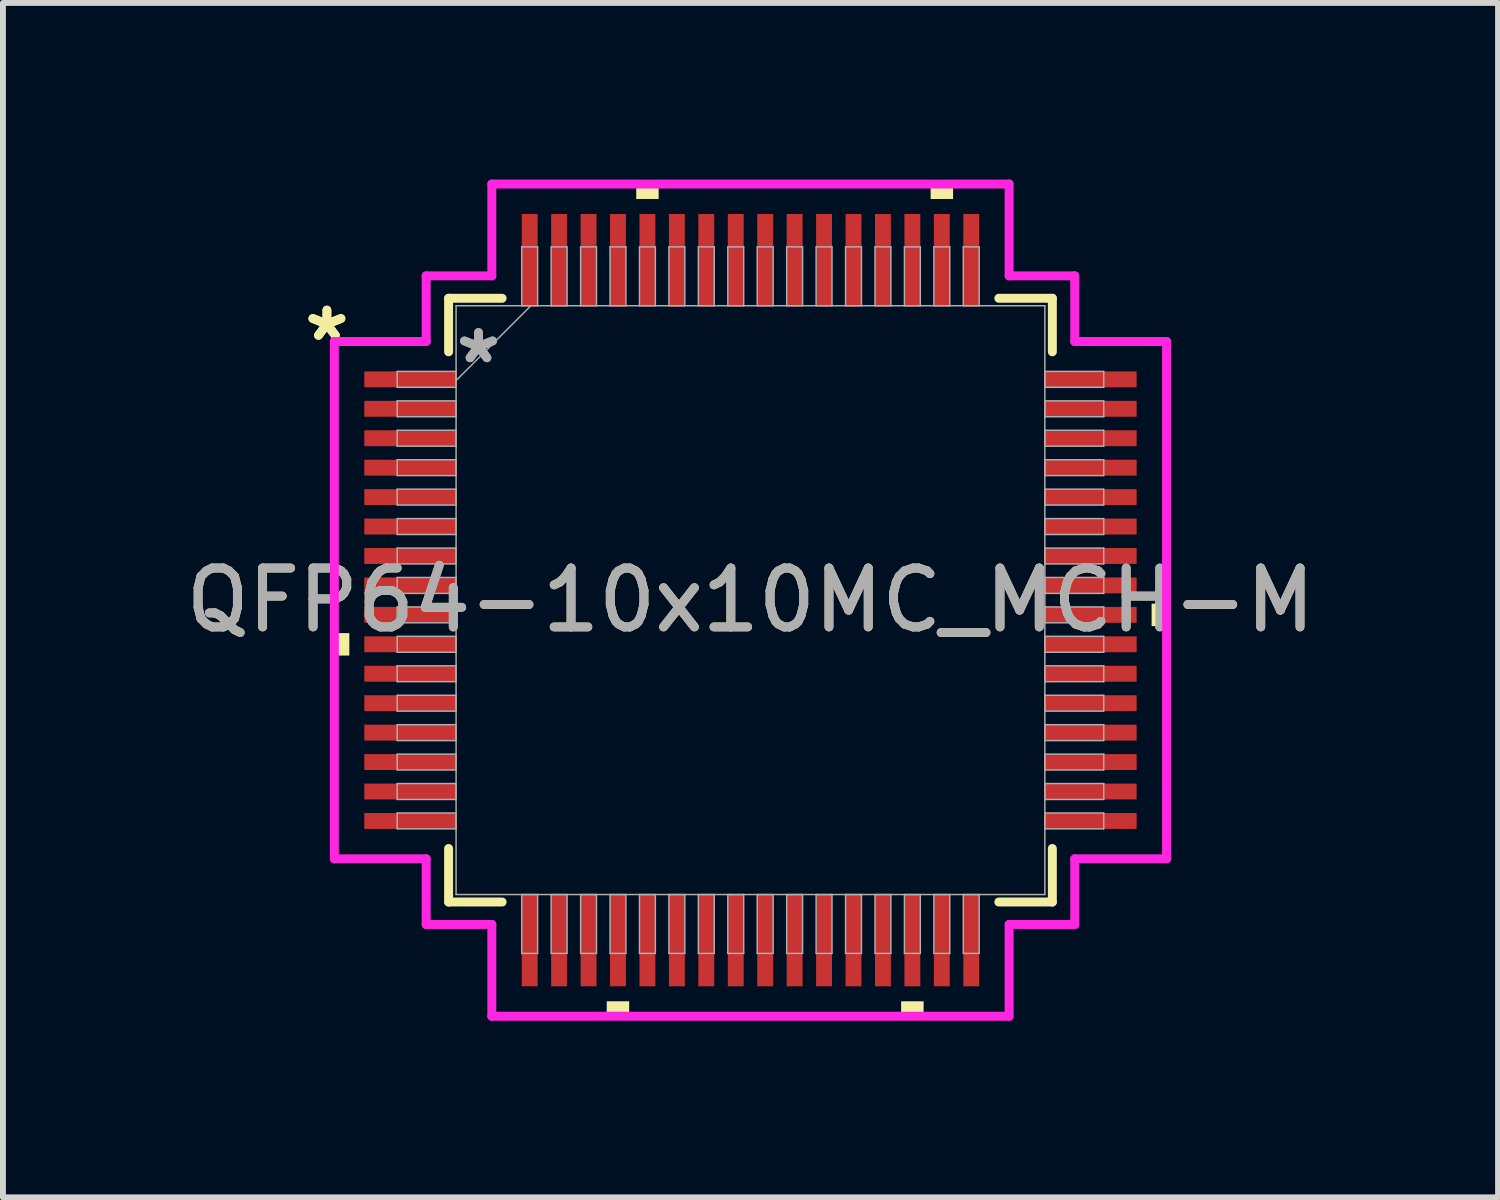
<source format=kicad_pcb>
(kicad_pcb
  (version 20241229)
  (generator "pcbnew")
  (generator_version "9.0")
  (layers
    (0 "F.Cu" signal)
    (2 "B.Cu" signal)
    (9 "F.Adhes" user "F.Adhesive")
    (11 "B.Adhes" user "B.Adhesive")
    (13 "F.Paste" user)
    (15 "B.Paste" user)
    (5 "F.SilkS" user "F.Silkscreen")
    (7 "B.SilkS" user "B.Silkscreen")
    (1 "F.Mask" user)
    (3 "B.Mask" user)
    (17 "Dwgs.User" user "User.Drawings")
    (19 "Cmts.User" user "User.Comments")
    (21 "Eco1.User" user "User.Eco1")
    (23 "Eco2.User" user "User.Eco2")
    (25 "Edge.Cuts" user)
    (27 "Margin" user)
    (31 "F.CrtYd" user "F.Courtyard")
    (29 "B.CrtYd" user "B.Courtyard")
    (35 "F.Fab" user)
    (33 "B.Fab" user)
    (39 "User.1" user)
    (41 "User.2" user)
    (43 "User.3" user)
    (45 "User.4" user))
  (footprint "QFP64-10x10MC_MCH-M"
    (layer "F.Cu")
    (at 9.696 7.143)
    (property "Reference" "QFP64-10x10MC_MCH-M" (at 0 0 0) (unlocked yes) (layer "F.SilkS") (effects (font (size 1 1) (thickness 0.15))))
    (attr smd)
    (fp_line (start -5.127 -5.127) (end -5.127 -4.218) (stroke (width 0.152) (type solid)) (layer "F.SilkS"))
    (fp_line (start -5.127 4.218) (end -5.127 5.127) (stroke (width 0.152) (type solid)) (layer "F.SilkS"))
    (fp_line (start -5.127 5.127) (end -4.218 5.127) (stroke (width 0.152) (type solid)) (layer "F.SilkS"))
    (fp_line (start -4.218 -5.127) (end -5.127 -5.127) (stroke (width 0.152) (type solid)) (layer "F.SilkS"))
    (fp_line (start 4.218 5.127) (end 5.127 5.127) (stroke (width 0.152) (type solid)) (layer "F.SilkS"))
    (fp_line (start 5.127 -5.127) (end 4.218 -5.127) (stroke (width 0.152) (type solid)) (layer "F.SilkS"))
    (fp_line (start 5.127 -4.218) (end 5.127 -5.127) (stroke (width 0.152) (type solid)) (layer "F.SilkS"))
    (fp_line (start 5.127 5.127) (end 5.127 4.218) (stroke (width 0.152) (type solid)) (layer "F.SilkS"))
    (fp_poly (pts (xy -7.067 0.56) (xy -7.067 0.941) (xy -6.813 0.941) (xy -6.813 0.56)) (stroke (width 0) (type solid)) (fill yes) (layer "F.SilkS"))
    (fp_poly (pts (xy -2.441 6.813) (xy -2.441 7.067) (xy -2.06 7.067) (xy -2.06 6.813)) (stroke (width 0) (type solid)) (fill yes) (layer "F.SilkS"))
    (fp_poly (pts (xy -1.94 -6.813) (xy -1.94 -7.067) (xy -1.559 -7.067) (xy -1.559 -6.813)) (stroke (width 0) (type solid)) (fill yes) (layer "F.SilkS"))
    (fp_poly (pts (xy 2.559 6.813) (xy 2.559 7.067) (xy 2.941 7.067) (xy 2.941 6.813)) (stroke (width 0) (type solid)) (fill yes) (layer "F.SilkS"))
    (fp_poly (pts (xy 3.06 -6.813) (xy 3.06 -7.067) (xy 3.441 -7.067) (xy 3.441 -6.813)) (stroke (width 0) (type solid)) (fill yes) (layer "F.SilkS"))
    (fp_poly (pts (xy 7.067 0.059) (xy 7.067 0.441) (xy 6.813 0.441) (xy 6.813 0.059)) (stroke (width 0) (type solid)) (fill yes) (layer "F.SilkS"))
    (fp_line (start -7.067 -4.393) (end -5.508 -4.393) (stroke (width 0.152) (type solid)) (layer "F.CrtYd"))
    (fp_line (start -7.067 4.393) (end -7.067 -4.393) (stroke (width 0.152) (type solid)) (layer "F.CrtYd"))
    (fp_line (start -5.508 -5.508) (end -4.393 -5.508) (stroke (width 0.152) (type solid)) (layer "F.CrtYd"))
    (fp_line (start -5.508 -4.393) (end -5.508 -5.508) (stroke (width 0.152) (type solid)) (layer "F.CrtYd"))
    (fp_line (start -5.508 4.393) (end -7.067 4.393) (stroke (width 0.152) (type solid)) (layer "F.CrtYd"))
    (fp_line (start -5.508 5.508) (end -5.508 4.393) (stroke (width 0.152) (type solid)) (layer "F.CrtYd"))
    (fp_line (start -5.508 5.508) (end -4.393 5.508) (stroke (width 0.152) (type solid)) (layer "F.CrtYd"))
    (fp_line (start -4.393 -7.067) (end 4.393 -7.067) (stroke (width 0.152) (type solid)) (layer "F.CrtYd"))
    (fp_line (start -4.393 -5.508) (end -4.393 -7.067) (stroke (width 0.152) (type solid)) (layer "F.CrtYd"))
    (fp_line (start -4.393 5.508) (end -4.393 7.067) (stroke (width 0.152) (type solid)) (layer "F.CrtYd"))
    (fp_line (start -4.393 7.067) (end 4.393 7.067) (stroke (width 0.152) (type solid)) (layer "F.CrtYd"))
    (fp_line (start 4.393 -7.067) (end 4.393 -5.508) (stroke (width 0.152) (type solid)) (layer "F.CrtYd"))
    (fp_line (start 4.393 -5.508) (end 5.508 -5.508) (stroke (width 0.152) (type solid)) (layer "F.CrtYd"))
    (fp_line (start 4.393 5.508) (end 5.508 5.508) (stroke (width 0.152) (type solid)) (layer "F.CrtYd"))
    (fp_line (start 4.393 7.067) (end 4.393 5.508) (stroke (width 0.152) (type solid)) (layer "F.CrtYd"))
    (fp_line (start 5.508 -4.393) (end 5.508 -5.508) (stroke (width 0.152) (type solid)) (layer "F.CrtYd"))
    (fp_line (start 5.508 4.393) (end 7.067 4.393) (stroke (width 0.152) (type solid)) (layer "F.CrtYd"))
    (fp_line (start 5.508 5.508) (end 5.508 4.393) (stroke (width 0.152) (type solid)) (layer "F.CrtYd"))
    (fp_line (start 7.067 -4.393) (end 5.508 -4.393) (stroke (width 0.152) (type solid)) (layer "F.CrtYd"))
    (fp_line (start 7.067 4.393) (end 7.067 -4.393) (stroke (width 0.152) (type solid)) (layer "F.CrtYd"))
    (fp_line (start -6 -3.885) (end -6 -3.615) (stroke (width 0.025) (type solid)) (layer "F.Fab"))
    (fp_line (start -6 -3.615) (end -5 -3.615) (stroke (width 0.025) (type solid)) (layer "F.Fab"))
    (fp_line (start -6 -3.385) (end -6 -3.115) (stroke (width 0.025) (type solid)) (layer "F.Fab"))
    (fp_line (start -6 -3.115) (end -5 -3.115) (stroke (width 0.025) (type solid)) (layer "F.Fab"))
    (fp_line (start -6 -2.885) (end -6 -2.615) (stroke (width 0.025) (type solid)) (layer "F.Fab"))
    (fp_line (start -6 -2.615) (end -5 -2.615) (stroke (width 0.025) (type solid)) (layer "F.Fab"))
    (fp_line (start -6 -2.385) (end -6 -2.115) (stroke (width 0.025) (type solid)) (layer "F.Fab"))
    (fp_line (start -6 -2.115) (end -5 -2.115) (stroke (width 0.025) (type solid)) (layer "F.Fab"))
    (fp_line (start -6 -1.885) (end -6 -1.615) (stroke (width 0.025) (type solid)) (layer "F.Fab"))
    (fp_line (start -6 -1.615) (end -5 -1.615) (stroke (width 0.025) (type solid)) (layer "F.Fab"))
    (fp_line (start -6 -1.385) (end -6 -1.115) (stroke (width 0.025) (type solid)) (layer "F.Fab"))
    (fp_line (start -6 -1.115) (end -5 -1.115) (stroke (width 0.025) (type solid)) (layer "F.Fab"))
    (fp_line (start -6 -0.885) (end -6 -0.615) (stroke (width 0.025) (type solid)) (layer "F.Fab"))
    (fp_line (start -6 -0.615) (end -5 -0.615) (stroke (width 0.025) (type solid)) (layer "F.Fab"))
    (fp_line (start -6 -0.385) (end -6 -0.115) (stroke (width 0.025) (type solid)) (layer "F.Fab"))
    (fp_line (start -6 -0.115) (end -5 -0.115) (stroke (width 0.025) (type solid)) (layer "F.Fab"))
    (fp_line (start -6 0.115) (end -6 0.385) (stroke (width 0.025) (type solid)) (layer "F.Fab"))
    (fp_line (start -6 0.385) (end -5 0.385) (stroke (width 0.025) (type solid)) (layer "F.Fab"))
    (fp_line (start -6 0.615) (end -6 0.885) (stroke (width 0.025) (type solid)) (layer "F.Fab"))
    (fp_line (start -6 0.885) (end -5 0.885) (stroke (width 0.025) (type solid)) (layer "F.Fab"))
    (fp_line (start -6 1.115) (end -6 1.385) (stroke (width 0.025) (type solid)) (layer "F.Fab"))
    (fp_line (start -6 1.385) (end -5 1.385) (stroke (width 0.025) (type solid)) (layer "F.Fab"))
    (fp_line (start -6 1.615) (end -6 1.885) (stroke (width 0.025) (type solid)) (layer "F.Fab"))
    (fp_line (start -6 1.885) (end -5 1.885) (stroke (width 0.025) (type solid)) (layer "F.Fab"))
    (fp_line (start -6 2.115) (end -6 2.385) (stroke (width 0.025) (type solid)) (layer "F.Fab"))
    (fp_line (start -6 2.385) (end -5 2.385) (stroke (width 0.025) (type solid)) (layer "F.Fab"))
    (fp_line (start -6 2.615) (end -6 2.885) (stroke (width 0.025) (type solid)) (layer "F.Fab"))
    (fp_line (start -6 2.885) (end -5 2.885) (stroke (width 0.025) (type solid)) (layer "F.Fab"))
    (fp_line (start -6 3.115) (end -6 3.385) (stroke (width 0.025) (type solid)) (layer "F.Fab"))
    (fp_line (start -6 3.385) (end -5 3.385) (stroke (width 0.025) (type solid)) (layer "F.Fab"))
    (fp_line (start -6 3.615) (end -6 3.885) (stroke (width 0.025) (type solid)) (layer "F.Fab"))
    (fp_line (start -6 3.885) (end -5 3.885) (stroke (width 0.025) (type solid)) (layer "F.Fab"))
    (fp_line (start -5 -5) (end -5 5) (stroke (width 0.025) (type solid)) (layer "F.Fab"))
    (fp_line (start -5 -3.885) (end -6 -3.885) (stroke (width 0.025) (type solid)) (layer "F.Fab"))
    (fp_line (start -5 -3.73) (end -3.73 -5) (stroke (width 0.025) (type solid)) (layer "F.Fab"))
    (fp_line (start -5 -3.615) (end -5 -3.885) (stroke (width 0.025) (type solid)) (layer "F.Fab"))
    (fp_line (start -5 -3.385) (end -6 -3.385) (stroke (width 0.025) (type solid)) (layer "F.Fab"))
    (fp_line (start -5 -3.115) (end -5 -3.385) (stroke (width 0.025) (type solid)) (layer "F.Fab"))
    (fp_line (start -5 -2.885) (end -6 -2.885) (stroke (width 0.025) (type solid)) (layer "F.Fab"))
    (fp_line (start -5 -2.615) (end -5 -2.885) (stroke (width 0.025) (type solid)) (layer "F.Fab"))
    (fp_line (start -5 -2.385) (end -6 -2.385) (stroke (width 0.025) (type solid)) (layer "F.Fab"))
    (fp_line (start -5 -2.115) (end -5 -2.385) (stroke (width 0.025) (type solid)) (layer "F.Fab"))
    (fp_line (start -5 -1.885) (end -6 -1.885) (stroke (width 0.025) (type solid)) (layer "F.Fab"))
    (fp_line (start -5 -1.615) (end -5 -1.885) (stroke (width 0.025) (type solid)) (layer "F.Fab"))
    (fp_line (start -5 -1.385) (end -6 -1.385) (stroke (width 0.025) (type solid)) (layer "F.Fab"))
    (fp_line (start -5 -1.115) (end -5 -1.385) (stroke (width 0.025) (type solid)) (layer "F.Fab"))
    (fp_line (start -5 -0.885) (end -6 -0.885) (stroke (width 0.025) (type solid)) (layer "F.Fab"))
    (fp_line (start -5 -0.615) (end -5 -0.885) (stroke (width 0.025) (type solid)) (layer "F.Fab"))
    (fp_line (start -5 -0.385) (end -6 -0.385) (stroke (width 0.025) (type solid)) (layer "F.Fab"))
    (fp_line (start -5 -0.115) (end -5 -0.385) (stroke (width 0.025) (type solid)) (layer "F.Fab"))
    (fp_line (start -5 0.115) (end -6 0.115) (stroke (width 0.025) (type solid)) (layer "F.Fab"))
    (fp_line (start -5 0.385) (end -5 0.115) (stroke (width 0.025) (type solid)) (layer "F.Fab"))
    (fp_line (start -5 0.615) (end -6 0.615) (stroke (width 0.025) (type solid)) (layer "F.Fab"))
    (fp_line (start -5 0.885) (end -5 0.615) (stroke (width 0.025) (type solid)) (layer "F.Fab"))
    (fp_line (start -5 1.115) (end -6 1.115) (stroke (width 0.025) (type solid)) (layer "F.Fab"))
    (fp_line (start -5 1.385) (end -5 1.115) (stroke (width 0.025) (type solid)) (layer "F.Fab"))
    (fp_line (start -5 1.615) (end -6 1.615) (stroke (width 0.025) (type solid)) (layer "F.Fab"))
    (fp_line (start -5 1.885) (end -5 1.615) (stroke (width 0.025) (type solid)) (layer "F.Fab"))
    (fp_line (start -5 2.115) (end -6 2.115) (stroke (width 0.025) (type solid)) (layer "F.Fab"))
    (fp_line (start -5 2.385) (end -5 2.115) (stroke (width 0.025) (type solid)) (layer "F.Fab"))
    (fp_line (start -5 2.615) (end -6 2.615) (stroke (width 0.025) (type solid)) (layer "F.Fab"))
    (fp_line (start -5 2.885) (end -5 2.615) (stroke (width 0.025) (type solid)) (layer "F.Fab"))
    (fp_line (start -5 3.115) (end -6 3.115) (stroke (width 0.025) (type solid)) (layer "F.Fab"))
    (fp_line (start -5 3.385) (end -5 3.115) (stroke (width 0.025) (type solid)) (layer "F.Fab"))
    (fp_line (start -5 3.615) (end -6 3.615) (stroke (width 0.025) (type solid)) (layer "F.Fab"))
    (fp_line (start -5 3.885) (end -5 3.615) (stroke (width 0.025) (type solid)) (layer "F.Fab"))
    (fp_line (start -5 5) (end 5 5) (stroke (width 0.025) (type solid)) (layer "F.Fab"))
    (fp_line (start -3.885 -6) (end -3.885 -5) (stroke (width 0.025) (type solid)) (layer "F.Fab"))
    (fp_line (start -3.885 -5) (end -3.615 -5) (stroke (width 0.025) (type solid)) (layer "F.Fab"))
    (fp_line (start -3.885 5) (end -3.885 6) (stroke (width 0.025) (type solid)) (layer "F.Fab"))
    (fp_line (start -3.885 6) (end -3.615 6) (stroke (width 0.025) (type solid)) (layer "F.Fab"))
    (fp_line (start -3.615 -6) (end -3.885 -6) (stroke (width 0.025) (type solid)) (layer "F.Fab"))
    (fp_line (start -3.615 -5) (end -3.615 -6) (stroke (width 0.025) (type solid)) (layer "F.Fab"))
    (fp_line (start -3.615 5) (end -3.885 5) (stroke (width 0.025) (type solid)) (layer "F.Fab"))
    (fp_line (start -3.615 6) (end -3.615 5) (stroke (width 0.025) (type solid)) (layer "F.Fab"))
    (fp_line (start -3.385 -6) (end -3.385 -5) (stroke (width 0.025) (type solid)) (layer "F.Fab"))
    (fp_line (start -3.385 -5) (end -3.115 -5) (stroke (width 0.025) (type solid)) (layer "F.Fab"))
    (fp_line (start -3.385 5) (end -3.385 6) (stroke (width 0.025) (type solid)) (layer "F.Fab"))
    (fp_line (start -3.385 6) (end -3.115 6) (stroke (width 0.025) (type solid)) (layer "F.Fab"))
    (fp_line (start -3.115 -6) (end -3.385 -6) (stroke (width 0.025) (type solid)) (layer "F.Fab"))
    (fp_line (start -3.115 -5) (end -3.115 -6) (stroke (width 0.025) (type solid)) (layer "F.Fab"))
    (fp_line (start -3.115 5) (end -3.385 5) (stroke (width 0.025) (type solid)) (layer "F.Fab"))
    (fp_line (start -3.115 6) (end -3.115 5) (stroke (width 0.025) (type solid)) (layer "F.Fab"))
    (fp_line (start -2.885 -6) (end -2.885 -5) (stroke (width 0.025) (type solid)) (layer "F.Fab"))
    (fp_line (start -2.885 -5) (end -2.615 -5) (stroke (width 0.025) (type solid)) (layer "F.Fab"))
    (fp_line (start -2.885 5) (end -2.885 6) (stroke (width 0.025) (type solid)) (layer "F.Fab"))
    (fp_line (start -2.885 6) (end -2.615 6) (stroke (width 0.025) (type solid)) (layer "F.Fab"))
    (fp_line (start -2.615 -6) (end -2.885 -6) (stroke (width 0.025) (type solid)) (layer "F.Fab"))
    (fp_line (start -2.615 -5) (end -2.615 -6) (stroke (width 0.025) (type solid)) (layer "F.Fab"))
    (fp_line (start -2.615 5) (end -2.885 5) (stroke (width 0.025) (type solid)) (layer "F.Fab"))
    (fp_line (start -2.615 6) (end -2.615 5) (stroke (width 0.025) (type solid)) (layer "F.Fab"))
    (fp_line (start -2.385 -6) (end -2.385 -5) (stroke (width 0.025) (type solid)) (layer "F.Fab"))
    (fp_line (start -2.385 -5) (end -2.115 -5) (stroke (width 0.025) (type solid)) (layer "F.Fab"))
    (fp_line (start -2.385 5) (end -2.385 6) (stroke (width 0.025) (type solid)) (layer "F.Fab"))
    (fp_line (start -2.385 6) (end -2.115 6) (stroke (width 0.025) (type solid)) (layer "F.Fab"))
    (fp_line (start -2.115 -6) (end -2.385 -6) (stroke (width 0.025) (type solid)) (layer "F.Fab"))
    (fp_line (start -2.115 -5) (end -2.115 -6) (stroke (width 0.025) (type solid)) (layer "F.Fab"))
    (fp_line (start -2.115 5) (end -2.385 5) (stroke (width 0.025) (type solid)) (layer "F.Fab"))
    (fp_line (start -2.115 6) (end -2.115 5) (stroke (width 0.025) (type solid)) (layer "F.Fab"))
    (fp_line (start -1.885 -6) (end -1.885 -5) (stroke (width 0.025) (type solid)) (layer "F.Fab"))
    (fp_line (start -1.885 -5) (end -1.615 -5) (stroke (width 0.025) (type solid)) (layer "F.Fab"))
    (fp_line (start -1.885 5) (end -1.885 6) (stroke (width 0.025) (type solid)) (layer "F.Fab"))
    (fp_line (start -1.885 6) (end -1.615 6) (stroke (width 0.025) (type solid)) (layer "F.Fab"))
    (fp_line (start -1.615 -6) (end -1.885 -6) (stroke (width 0.025) (type solid)) (layer "F.Fab"))
    (fp_line (start -1.615 -5) (end -1.615 -6) (stroke (width 0.025) (type solid)) (layer "F.Fab"))
    (fp_line (start -1.615 5) (end -1.885 5) (stroke (width 0.025) (type solid)) (layer "F.Fab"))
    (fp_line (start -1.615 6) (end -1.615 5) (stroke (width 0.025) (type solid)) (layer "F.Fab"))
    (fp_line (start -1.385 -6) (end -1.385 -5) (stroke (width 0.025) (type solid)) (layer "F.Fab"))
    (fp_line (start -1.385 -5) (end -1.115 -5) (stroke (width 0.025) (type solid)) (layer "F.Fab"))
    (fp_line (start -1.385 5) (end -1.385 6) (stroke (width 0.025) (type solid)) (layer "F.Fab"))
    (fp_line (start -1.385 6) (end -1.115 6) (stroke (width 0.025) (type solid)) (layer "F.Fab"))
    (fp_line (start -1.115 -6) (end -1.385 -6) (stroke (width 0.025) (type solid)) (layer "F.Fab"))
    (fp_line (start -1.115 -5) (end -1.115 -6) (stroke (width 0.025) (type solid)) (layer "F.Fab"))
    (fp_line (start -1.115 5) (end -1.385 5) (stroke (width 0.025) (type solid)) (layer "F.Fab"))
    (fp_line (start -1.115 6) (end -1.115 5) (stroke (width 0.025) (type solid)) (layer "F.Fab"))
    (fp_line (start -0.885 -6) (end -0.885 -5) (stroke (width 0.025) (type solid)) (layer "F.Fab"))
    (fp_line (start -0.885 -5) (end -0.615 -5) (stroke (width 0.025) (type solid)) (layer "F.Fab"))
    (fp_line (start -0.885 5) (end -0.885 6) (stroke (width 0.025) (type solid)) (layer "F.Fab"))
    (fp_line (start -0.885 6) (end -0.615 6) (stroke (width 0.025) (type solid)) (layer "F.Fab"))
    (fp_line (start -0.615 -6) (end -0.885 -6) (stroke (width 0.025) (type solid)) (layer "F.Fab"))
    (fp_line (start -0.615 -5) (end -0.615 -6) (stroke (width 0.025) (type solid)) (layer "F.Fab"))
    (fp_line (start -0.615 5) (end -0.885 5) (stroke (width 0.025) (type solid)) (layer "F.Fab"))
    (fp_line (start -0.615 6) (end -0.615 5) (stroke (width 0.025) (type solid)) (layer "F.Fab"))
    (fp_line (start -0.385 -6) (end -0.385 -5) (stroke (width 0.025) (type solid)) (layer "F.Fab"))
    (fp_line (start -0.385 -5) (end -0.115 -5) (stroke (width 0.025) (type solid)) (layer "F.Fab"))
    (fp_line (start -0.385 5) (end -0.385 6) (stroke (width 0.025) (type solid)) (layer "F.Fab"))
    (fp_line (start -0.385 6) (end -0.115 6) (stroke (width 0.025) (type solid)) (layer "F.Fab"))
    (fp_line (start -0.115 -6) (end -0.385 -6) (stroke (width 0.025) (type solid)) (layer "F.Fab"))
    (fp_line (start -0.115 -5) (end -0.115 -6) (stroke (width 0.025) (type solid)) (layer "F.Fab"))
    (fp_line (start -0.115 5) (end -0.385 5) (stroke (width 0.025) (type solid)) (layer "F.Fab"))
    (fp_line (start -0.115 6) (end -0.115 5) (stroke (width 0.025) (type solid)) (layer "F.Fab"))
    (fp_line (start 0.115 -6) (end 0.115 -5) (stroke (width 0.025) (type solid)) (layer "F.Fab"))
    (fp_line (start 0.115 -5) (end 0.385 -5) (stroke (width 0.025) (type solid)) (layer "F.Fab"))
    (fp_line (start 0.115 5) (end 0.115 6) (stroke (width 0.025) (type solid)) (layer "F.Fab"))
    (fp_line (start 0.115 6) (end 0.385 6) (stroke (width 0.025) (type solid)) (layer "F.Fab"))
    (fp_line (start 0.385 -6) (end 0.115 -6) (stroke (width 0.025) (type solid)) (layer "F.Fab"))
    (fp_line (start 0.385 -5) (end 0.385 -6) (stroke (width 0.025) (type solid)) (layer "F.Fab"))
    (fp_line (start 0.385 5) (end 0.115 5) (stroke (width 0.025) (type solid)) (layer "F.Fab"))
    (fp_line (start 0.385 6) (end 0.385 5) (stroke (width 0.025) (type solid)) (layer "F.Fab"))
    (fp_line (start 0.615 -6) (end 0.615 -5) (stroke (width 0.025) (type solid)) (layer "F.Fab"))
    (fp_line (start 0.615 -5) (end 0.885 -5) (stroke (width 0.025) (type solid)) (layer "F.Fab"))
    (fp_line (start 0.615 5) (end 0.615 6) (stroke (width 0.025) (type solid)) (layer "F.Fab"))
    (fp_line (start 0.615 6) (end 0.885 6) (stroke (width 0.025) (type solid)) (layer "F.Fab"))
    (fp_line (start 0.885 -6) (end 0.615 -6) (stroke (width 0.025) (type solid)) (layer "F.Fab"))
    (fp_line (start 0.885 -5) (end 0.885 -6) (stroke (width 0.025) (type solid)) (layer "F.Fab"))
    (fp_line (start 0.885 5) (end 0.615 5) (stroke (width 0.025) (type solid)) (layer "F.Fab"))
    (fp_line (start 0.885 6) (end 0.885 5) (stroke (width 0.025) (type solid)) (layer "F.Fab"))
    (fp_line (start 1.115 -6) (end 1.115 -5) (stroke (width 0.025) (type solid)) (layer "F.Fab"))
    (fp_line (start 1.115 -5) (end 1.385 -5) (stroke (width 0.025) (type solid)) (layer "F.Fab"))
    (fp_line (start 1.115 5) (end 1.115 6) (stroke (width 0.025) (type solid)) (layer "F.Fab"))
    (fp_line (start 1.115 6) (end 1.385 6) (stroke (width 0.025) (type solid)) (layer "F.Fab"))
    (fp_line (start 1.385 -6) (end 1.115 -6) (stroke (width 0.025) (type solid)) (layer "F.Fab"))
    (fp_line (start 1.385 -5) (end 1.385 -6) (stroke (width 0.025) (type solid)) (layer "F.Fab"))
    (fp_line (start 1.385 5) (end 1.115 5) (stroke (width 0.025) (type solid)) (layer "F.Fab"))
    (fp_line (start 1.385 6) (end 1.385 5) (stroke (width 0.025) (type solid)) (layer "F.Fab"))
    (fp_line (start 1.615 -6) (end 1.615 -5) (stroke (width 0.025) (type solid)) (layer "F.Fab"))
    (fp_line (start 1.615 -5) (end 1.885 -5) (stroke (width 0.025) (type solid)) (layer "F.Fab"))
    (fp_line (start 1.615 5) (end 1.615 6) (stroke (width 0.025) (type solid)) (layer "F.Fab"))
    (fp_line (start 1.615 6) (end 1.885 6) (stroke (width 0.025) (type solid)) (layer "F.Fab"))
    (fp_line (start 1.885 -6) (end 1.615 -6) (stroke (width 0.025) (type solid)) (layer "F.Fab"))
    (fp_line (start 1.885 -5) (end 1.885 -6) (stroke (width 0.025) (type solid)) (layer "F.Fab"))
    (fp_line (start 1.885 5) (end 1.615 5) (stroke (width 0.025) (type solid)) (layer "F.Fab"))
    (fp_line (start 1.885 6) (end 1.885 5) (stroke (width 0.025) (type solid)) (layer "F.Fab"))
    (fp_line (start 2.115 -6) (end 2.115 -5) (stroke (width 0.025) (type solid)) (layer "F.Fab"))
    (fp_line (start 2.115 -5) (end 2.385 -5) (stroke (width 0.025) (type solid)) (layer "F.Fab"))
    (fp_line (start 2.115 5) (end 2.115 6) (stroke (width 0.025) (type solid)) (layer "F.Fab"))
    (fp_line (start 2.115 6) (end 2.385 6) (stroke (width 0.025) (type solid)) (layer "F.Fab"))
    (fp_line (start 2.385 -6) (end 2.115 -6) (stroke (width 0.025) (type solid)) (layer "F.Fab"))
    (fp_line (start 2.385 -5) (end 2.385 -6) (stroke (width 0.025) (type solid)) (layer "F.Fab"))
    (fp_line (start 2.385 5) (end 2.115 5) (stroke (width 0.025) (type solid)) (layer "F.Fab"))
    (fp_line (start 2.385 6) (end 2.385 5) (stroke (width 0.025) (type solid)) (layer "F.Fab"))
    (fp_line (start 2.615 -6) (end 2.615 -5) (stroke (width 0.025) (type solid)) (layer "F.Fab"))
    (fp_line (start 2.615 -5) (end 2.885 -5) (stroke (width 0.025) (type solid)) (layer "F.Fab"))
    (fp_line (start 2.615 5) (end 2.615 6) (stroke (width 0.025) (type solid)) (layer "F.Fab"))
    (fp_line (start 2.615 6) (end 2.885 6) (stroke (width 0.025) (type solid)) (layer "F.Fab"))
    (fp_line (start 2.885 -6) (end 2.615 -6) (stroke (width 0.025) (type solid)) (layer "F.Fab"))
    (fp_line (start 2.885 -5) (end 2.885 -6) (stroke (width 0.025) (type solid)) (layer "F.Fab"))
    (fp_line (start 2.885 5) (end 2.615 5) (stroke (width 0.025) (type solid)) (layer "F.Fab"))
    (fp_line (start 2.885 6) (end 2.885 5) (stroke (width 0.025) (type solid)) (layer "F.Fab"))
    (fp_line (start 3.115 -6) (end 3.115 -5) (stroke (width 0.025) (type solid)) (layer "F.Fab"))
    (fp_line (start 3.115 -5) (end 3.385 -5) (stroke (width 0.025) (type solid)) (layer "F.Fab"))
    (fp_line (start 3.115 5) (end 3.115 6) (stroke (width 0.025) (type solid)) (layer "F.Fab"))
    (fp_line (start 3.115 6) (end 3.385 6) (stroke (width 0.025) (type solid)) (layer "F.Fab"))
    (fp_line (start 3.385 -6) (end 3.115 -6) (stroke (width 0.025) (type solid)) (layer "F.Fab"))
    (fp_line (start 3.385 -5) (end 3.385 -6) (stroke (width 0.025) (type solid)) (layer "F.Fab"))
    (fp_line (start 3.385 5) (end 3.115 5) (stroke (width 0.025) (type solid)) (layer "F.Fab"))
    (fp_line (start 3.385 6) (end 3.385 5) (stroke (width 0.025) (type solid)) (layer "F.Fab"))
    (fp_line (start 3.615 -6) (end 3.615 -5) (stroke (width 0.025) (type solid)) (layer "F.Fab"))
    (fp_line (start 3.615 -5) (end 3.885 -5) (stroke (width 0.025) (type solid)) (layer "F.Fab"))
    (fp_line (start 3.615 5) (end 3.615 6) (stroke (width 0.025) (type solid)) (layer "F.Fab"))
    (fp_line (start 3.615 6) (end 3.885 6) (stroke (width 0.025) (type solid)) (layer "F.Fab"))
    (fp_line (start 3.885 -6) (end 3.615 -6) (stroke (width 0.025) (type solid)) (layer "F.Fab"))
    (fp_line (start 3.885 -5) (end 3.885 -6) (stroke (width 0.025) (type solid)) (layer "F.Fab"))
    (fp_line (start 3.885 5) (end 3.615 5) (stroke (width 0.025) (type solid)) (layer "F.Fab"))
    (fp_line (start 3.885 6) (end 3.885 5) (stroke (width 0.025) (type solid)) (layer "F.Fab"))
    (fp_line (start 5 -5) (end -5 -5) (stroke (width 0.025) (type solid)) (layer "F.Fab"))
    (fp_line (start 5 -3.885) (end 5 -3.615) (stroke (width 0.025) (type solid)) (layer "F.Fab"))
    (fp_line (start 5 -3.615) (end 6 -3.615) (stroke (width 0.025) (type solid)) (layer "F.Fab"))
    (fp_line (start 5 -3.385) (end 5 -3.115) (stroke (width 0.025) (type solid)) (layer "F.Fab"))
    (fp_line (start 5 -3.115) (end 6 -3.115) (stroke (width 0.025) (type solid)) (layer "F.Fab"))
    (fp_line (start 5 -2.885) (end 5 -2.615) (stroke (width 0.025) (type solid)) (layer "F.Fab"))
    (fp_line (start 5 -2.615) (end 6 -2.615) (stroke (width 0.025) (type solid)) (layer "F.Fab"))
    (fp_line (start 5 -2.385) (end 5 -2.115) (stroke (width 0.025) (type solid)) (layer "F.Fab"))
    (fp_line (start 5 -2.115) (end 6 -2.115) (stroke (width 0.025) (type solid)) (layer "F.Fab"))
    (fp_line (start 5 -1.885) (end 5 -1.615) (stroke (width 0.025) (type solid)) (layer "F.Fab"))
    (fp_line (start 5 -1.615) (end 6 -1.615) (stroke (width 0.025) (type solid)) (layer "F.Fab"))
    (fp_line (start 5 -1.385) (end 5 -1.115) (stroke (width 0.025) (type solid)) (layer "F.Fab"))
    (fp_line (start 5 -1.115) (end 6 -1.115) (stroke (width 0.025) (type solid)) (layer "F.Fab"))
    (fp_line (start 5 -0.885) (end 5 -0.615) (stroke (width 0.025) (type solid)) (layer "F.Fab"))
    (fp_line (start 5 -0.615) (end 6 -0.615) (stroke (width 0.025) (type solid)) (layer "F.Fab"))
    (fp_line (start 5 -0.385) (end 5 -0.115) (stroke (width 0.025) (type solid)) (layer "F.Fab"))
    (fp_line (start 5 -0.115) (end 6 -0.115) (stroke (width 0.025) (type solid)) (layer "F.Fab"))
    (fp_line (start 5 0.115) (end 5 0.385) (stroke (width 0.025) (type solid)) (layer "F.Fab"))
    (fp_line (start 5 0.385) (end 6 0.385) (stroke (width 0.025) (type solid)) (layer "F.Fab"))
    (fp_line (start 5 0.615) (end 5 0.885) (stroke (width 0.025) (type solid)) (layer "F.Fab"))
    (fp_line (start 5 0.885) (end 6 0.885) (stroke (width 0.025) (type solid)) (layer "F.Fab"))
    (fp_line (start 5 1.115) (end 5 1.385) (stroke (width 0.025) (type solid)) (layer "F.Fab"))
    (fp_line (start 5 1.385) (end 6 1.385) (stroke (width 0.025) (type solid)) (layer "F.Fab"))
    (fp_line (start 5 1.615) (end 5 1.885) (stroke (width 0.025) (type solid)) (layer "F.Fab"))
    (fp_line (start 5 1.885) (end 6 1.885) (stroke (width 0.025) (type solid)) (layer "F.Fab"))
    (fp_line (start 5 2.115) (end 5 2.385) (stroke (width 0.025) (type solid)) (layer "F.Fab"))
    (fp_line (start 5 2.385) (end 6 2.385) (stroke (width 0.025) (type solid)) (layer "F.Fab"))
    (fp_line (start 5 2.615) (end 5 2.885) (stroke (width 0.025) (type solid)) (layer "F.Fab"))
    (fp_line (start 5 2.885) (end 6 2.885) (stroke (width 0.025) (type solid)) (layer "F.Fab"))
    (fp_line (start 5 3.115) (end 5 3.385) (stroke (width 0.025) (type solid)) (layer "F.Fab"))
    (fp_line (start 5 3.385) (end 6 3.385) (stroke (width 0.025) (type solid)) (layer "F.Fab"))
    (fp_line (start 5 3.615) (end 5 3.885) (stroke (width 0.025) (type solid)) (layer "F.Fab"))
    (fp_line (start 5 3.885) (end 6 3.885) (stroke (width 0.025) (type solid)) (layer "F.Fab"))
    (fp_line (start 5 5) (end 5 -5) (stroke (width 0.025) (type solid)) (layer "F.Fab"))
    (fp_line (start 6 -3.885) (end 5 -3.885) (stroke (width 0.025) (type solid)) (layer "F.Fab"))
    (fp_line (start 6 -3.615) (end 6 -3.885) (stroke (width 0.025) (type solid)) (layer "F.Fab"))
    (fp_line (start 6 -3.385) (end 5 -3.385) (stroke (width 0.025) (type solid)) (layer "F.Fab"))
    (fp_line (start 6 -3.115) (end 6 -3.385) (stroke (width 0.025) (type solid)) (layer "F.Fab"))
    (fp_line (start 6 -2.885) (end 5 -2.885) (stroke (width 0.025) (type solid)) (layer "F.Fab"))
    (fp_line (start 6 -2.615) (end 6 -2.885) (stroke (width 0.025) (type solid)) (layer "F.Fab"))
    (fp_line (start 6 -2.385) (end 5 -2.385) (stroke (width 0.025) (type solid)) (layer "F.Fab"))
    (fp_line (start 6 -2.115) (end 6 -2.385) (stroke (width 0.025) (type solid)) (layer "F.Fab"))
    (fp_line (start 6 -1.885) (end 5 -1.885) (stroke (width 0.025) (type solid)) (layer "F.Fab"))
    (fp_line (start 6 -1.615) (end 6 -1.885) (stroke (width 0.025) (type solid)) (layer "F.Fab"))
    (fp_line (start 6 -1.385) (end 5 -1.385) (stroke (width 0.025) (type solid)) (layer "F.Fab"))
    (fp_line (start 6 -1.115) (end 6 -1.385) (stroke (width 0.025) (type solid)) (layer "F.Fab"))
    (fp_line (start 6 -0.885) (end 5 -0.885) (stroke (width 0.025) (type solid)) (layer "F.Fab"))
    (fp_line (start 6 -0.615) (end 6 -0.885) (stroke (width 0.025) (type solid)) (layer "F.Fab"))
    (fp_line (start 6 -0.385) (end 5 -0.385) (stroke (width 0.025) (type solid)) (layer "F.Fab"))
    (fp_line (start 6 -0.115) (end 6 -0.385) (stroke (width 0.025) (type solid)) (layer "F.Fab"))
    (fp_line (start 6 0.115) (end 5 0.115) (stroke (width 0.025) (type solid)) (layer "F.Fab"))
    (fp_line (start 6 0.385) (end 6 0.115) (stroke (width 0.025) (type solid)) (layer "F.Fab"))
    (fp_line (start 6 0.615) (end 5 0.615) (stroke (width 0.025) (type solid)) (layer "F.Fab"))
    (fp_line (start 6 0.885) (end 6 0.615) (stroke (width 0.025) (type solid)) (layer "F.Fab"))
    (fp_line (start 6 1.115) (end 5 1.115) (stroke (width 0.025) (type solid)) (layer "F.Fab"))
    (fp_line (start 6 1.385) (end 6 1.115) (stroke (width 0.025) (type solid)) (layer "F.Fab"))
    (fp_line (start 6 1.615) (end 5 1.615) (stroke (width 0.025) (type solid)) (layer "F.Fab"))
    (fp_line (start 6 1.885) (end 6 1.615) (stroke (width 0.025) (type solid)) (layer "F.Fab"))
    (fp_line (start 6 2.115) (end 5 2.115) (stroke (width 0.025) (type solid)) (layer "F.Fab"))
    (fp_line (start 6 2.385) (end 6 2.115) (stroke (width 0.025) (type solid)) (layer "F.Fab"))
    (fp_line (start 6 2.615) (end 5 2.615) (stroke (width 0.025) (type solid)) (layer "F.Fab"))
    (fp_line (start 6 2.885) (end 6 2.615) (stroke (width 0.025) (type solid)) (layer "F.Fab"))
    (fp_line (start 6 3.115) (end 5 3.115) (stroke (width 0.025) (type solid)) (layer "F.Fab"))
    (fp_line (start 6 3.385) (end 6 3.115) (stroke (width 0.025) (type solid)) (layer "F.Fab"))
    (fp_line (start 6 3.615) (end 5 3.615) (stroke (width 0.025) (type solid)) (layer "F.Fab"))
    (fp_line (start 6 3.885) (end 6 3.615) (stroke (width 0.025) (type solid)) (layer "F.Fab"))
    (fp_text user "*" (at -7.194 -4.381 0) (unlocked yes) (layer "F.SilkS") (effects (font (size 1 1) (thickness 0.15))))
    (fp_text user "*" (at -7.194 -4.381 0) (layer "F.SilkS") (effects (font (size 1 1) (thickness 0.15))))
    (fp_text user "*" (at -4.619 -4 0) (layer "F.Fab") (effects (font (size 1 1) (thickness 0.15))))
    (fp_text user "*" (at -4.619 -4 0) (unlocked yes) (layer "F.Fab") (effects (font (size 1 1) (thickness 0.15))))
    (fp_text user "${REFERENCE}" (at 0 0 0) (unlocked yes) (layer "F.Fab") (effects (font (size 1 1) (thickness 0.15))))
    (pad "1" smd rect (at -5.779 -3.75 90) (size 0.27 1.559) (layers "F.Cu" "F.Mask" "F.Paste"))
    (pad "2" smd rect (at -5.779 -3.25 90) (size 0.27 1.559) (layers "F.Cu" "F.Mask" "F.Paste"))
    (pad "3" smd rect (at -5.779 -2.75 90) (size 0.27 1.559) (layers "F.Cu" "F.Mask" "F.Paste"))
    (pad "4" smd rect (at -5.779 -2.25 90) (size 0.27 1.559) (layers "F.Cu" "F.Mask" "F.Paste"))
    (pad "5" smd rect (at -5.779 -1.75 90) (size 0.27 1.559) (layers "F.Cu" "F.Mask" "F.Paste"))
    (pad "6" smd rect (at -5.779 -1.25 90) (size 0.27 1.559) (layers "F.Cu" "F.Mask" "F.Paste"))
    (pad "7" smd rect (at -5.779 -0.75 90) (size 0.27 1.559) (layers "F.Cu" "F.Mask" "F.Paste"))
    (pad "8" smd rect (at -5.779 -0.25 90) (size 0.27 1.559) (layers "F.Cu" "F.Mask" "F.Paste"))
    (pad "9" smd rect (at -5.779 0.25 90) (size 0.27 1.559) (layers "F.Cu" "F.Mask" "F.Paste"))
    (pad "10" smd rect (at -5.779 0.75 90) (size 0.27 1.559) (layers "F.Cu" "F.Mask" "F.Paste"))
    (pad "11" smd rect (at -5.779 1.25 90) (size 0.27 1.559) (layers "F.Cu" "F.Mask" "F.Paste"))
    (pad "12" smd rect (at -5.779 1.75 90) (size 0.27 1.559) (layers "F.Cu" "F.Mask" "F.Paste"))
    (pad "13" smd rect (at -5.779 2.25 90) (size 0.27 1.559) (layers "F.Cu" "F.Mask" "F.Paste"))
    (pad "14" smd rect (at -5.779 2.75 90) (size 0.27 1.559) (layers "F.Cu" "F.Mask" "F.Paste"))
    (pad "15" smd rect (at -5.779 3.25 90) (size 0.27 1.559) (layers "F.Cu" "F.Mask" "F.Paste"))
    (pad "16" smd rect (at -5.779 3.75 90) (size 0.27 1.559) (layers "F.Cu" "F.Mask" "F.Paste"))
    (pad "17" smd rect (at -3.75 5.779) (size 0.27 1.559) (layers "F.Cu" "F.Mask" "F.Paste"))
    (pad "18" smd rect (at -3.25 5.779) (size 0.27 1.559) (layers "F.Cu" "F.Mask" "F.Paste"))
    (pad "19" smd rect (at -2.75 5.779) (size 0.27 1.559) (layers "F.Cu" "F.Mask" "F.Paste"))
    (pad "20" smd rect (at -2.25 5.779) (size 0.27 1.559) (layers "F.Cu" "F.Mask" "F.Paste"))
    (pad "21" smd rect (at -1.75 5.779) (size 0.27 1.559) (layers "F.Cu" "F.Mask" "F.Paste"))
    (pad "22" smd rect (at -1.25 5.779) (size 0.27 1.559) (layers "F.Cu" "F.Mask" "F.Paste"))
    (pad "23" smd rect (at -0.75 5.779) (size 0.27 1.559) (layers "F.Cu" "F.Mask" "F.Paste"))
    (pad "24" smd rect (at -0.25 5.779) (size 0.27 1.559) (layers "F.Cu" "F.Mask" "F.Paste"))
    (pad "25" smd rect (at 0.25 5.779) (size 0.27 1.559) (layers "F.Cu" "F.Mask" "F.Paste"))
    (pad "26" smd rect (at 0.75 5.779) (size 0.27 1.559) (layers "F.Cu" "F.Mask" "F.Paste"))
    (pad "27" smd rect (at 1.25 5.779) (size 0.27 1.559) (layers "F.Cu" "F.Mask" "F.Paste"))
    (pad "28" smd rect (at 1.75 5.779) (size 0.27 1.559) (layers "F.Cu" "F.Mask" "F.Paste"))
    (pad "29" smd rect (at 2.25 5.779) (size 0.27 1.559) (layers "F.Cu" "F.Mask" "F.Paste"))
    (pad "30" smd rect (at 2.75 5.779) (size 0.27 1.559) (layers "F.Cu" "F.Mask" "F.Paste"))
    (pad "31" smd rect (at 3.25 5.779) (size 0.27 1.559) (layers "F.Cu" "F.Mask" "F.Paste"))
    (pad "32" smd rect (at 3.75 5.779) (size 0.27 1.559) (layers "F.Cu" "F.Mask" "F.Paste"))
    (pad "33" smd rect (at 5.779 3.75 90) (size 0.27 1.559) (layers "F.Cu" "F.Mask" "F.Paste"))
    (pad "34" smd rect (at 5.779 3.25 90) (size 0.27 1.559) (layers "F.Cu" "F.Mask" "F.Paste"))
    (pad "35" smd rect (at 5.779 2.75 90) (size 0.27 1.559) (layers "F.Cu" "F.Mask" "F.Paste"))
    (pad "36" smd rect (at 5.779 2.25 90) (size 0.27 1.559) (layers "F.Cu" "F.Mask" "F.Paste"))
    (pad "37" smd rect (at 5.779 1.75 90) (size 0.27 1.559) (layers "F.Cu" "F.Mask" "F.Paste"))
    (pad "38" smd rect (at 5.779 1.25 90) (size 0.27 1.559) (layers "F.Cu" "F.Mask" "F.Paste"))
    (pad "39" smd rect (at 5.779 0.75 90) (size 0.27 1.559) (layers "F.Cu" "F.Mask" "F.Paste"))
    (pad "40" smd rect (at 5.779 0.25 90) (size 0.27 1.559) (layers "F.Cu" "F.Mask" "F.Paste"))
    (pad "41" smd rect (at 5.779 -0.25 90) (size 0.27 1.559) (layers "F.Cu" "F.Mask" "F.Paste"))
    (pad "42" smd rect (at 5.779 -0.75 90) (size 0.27 1.559) (layers "F.Cu" "F.Mask" "F.Paste"))
    (pad "43" smd rect (at 5.779 -1.25 90) (size 0.27 1.559) (layers "F.Cu" "F.Mask" "F.Paste"))
    (pad "44" smd rect (at 5.779 -1.75 90) (size 0.27 1.559) (layers "F.Cu" "F.Mask" "F.Paste"))
    (pad "45" smd rect (at 5.779 -2.25 90) (size 0.27 1.559) (layers "F.Cu" "F.Mask" "F.Paste"))
    (pad "46" smd rect (at 5.779 -2.75 90) (size 0.27 1.559) (layers "F.Cu" "F.Mask" "F.Paste"))
    (pad "47" smd rect (at 5.779 -3.25 90) (size 0.27 1.559) (layers "F.Cu" "F.Mask" "F.Paste"))
    (pad "48" smd rect (at 5.779 -3.75 90) (size 0.27 1.559) (layers "F.Cu" "F.Mask" "F.Paste"))
    (pad "49" smd rect (at 3.75 -5.779) (size 0.27 1.559) (layers "F.Cu" "F.Mask" "F.Paste"))
    (pad "50" smd rect (at 3.25 -5.779) (size 0.27 1.559) (layers "F.Cu" "F.Mask" "F.Paste"))
    (pad "51" smd rect (at 2.75 -5.779) (size 0.27 1.559) (layers "F.Cu" "F.Mask" "F.Paste"))
    (pad "52" smd rect (at 2.25 -5.779) (size 0.27 1.559) (layers "F.Cu" "F.Mask" "F.Paste"))
    (pad "53" smd rect (at 1.75 -5.779) (size 0.27 1.559) (layers "F.Cu" "F.Mask" "F.Paste"))
    (pad "54" smd rect (at 1.25 -5.779) (size 0.27 1.559) (layers "F.Cu" "F.Mask" "F.Paste"))
    (pad "55" smd rect (at 0.75 -5.779) (size 0.27 1.559) (layers "F.Cu" "F.Mask" "F.Paste"))
    (pad "56" smd rect (at 0.25 -5.779) (size 0.27 1.559) (layers "F.Cu" "F.Mask" "F.Paste"))
    (pad "57" smd rect (at -0.25 -5.779) (size 0.27 1.559) (layers "F.Cu" "F.Mask" "F.Paste"))
    (pad "58" smd rect (at -0.75 -5.779) (size 0.27 1.559) (layers "F.Cu" "F.Mask" "F.Paste"))
    (pad "59" smd rect (at -1.25 -5.779) (size 0.27 1.559) (layers "F.Cu" "F.Mask" "F.Paste"))
    (pad "60" smd rect (at -1.75 -5.779) (size 0.27 1.559) (layers "F.Cu" "F.Mask" "F.Paste"))
    (pad "61" smd rect (at -2.25 -5.779) (size 0.27 1.559) (layers "F.Cu" "F.Mask" "F.Paste"))
    (pad "62" smd rect (at -2.75 -5.779) (size 0.27 1.559) (layers "F.Cu" "F.Mask" "F.Paste"))
    (pad "63" smd rect (at -3.25 -5.779) (size 0.27 1.559) (layers "F.Cu" "F.Mask" "F.Paste"))
    (pad "64" smd rect (at -3.75 -5.779) (size 0.27 1.559) (layers "F.Cu" "F.Mask" "F.Paste")))
  (gr_rect
    (start -3 -3)
    (end 22.393 17.286)
    (stroke (width 0.1) (type default))
    (fill no)
    (layer "Edge.Cuts")))
</source>
